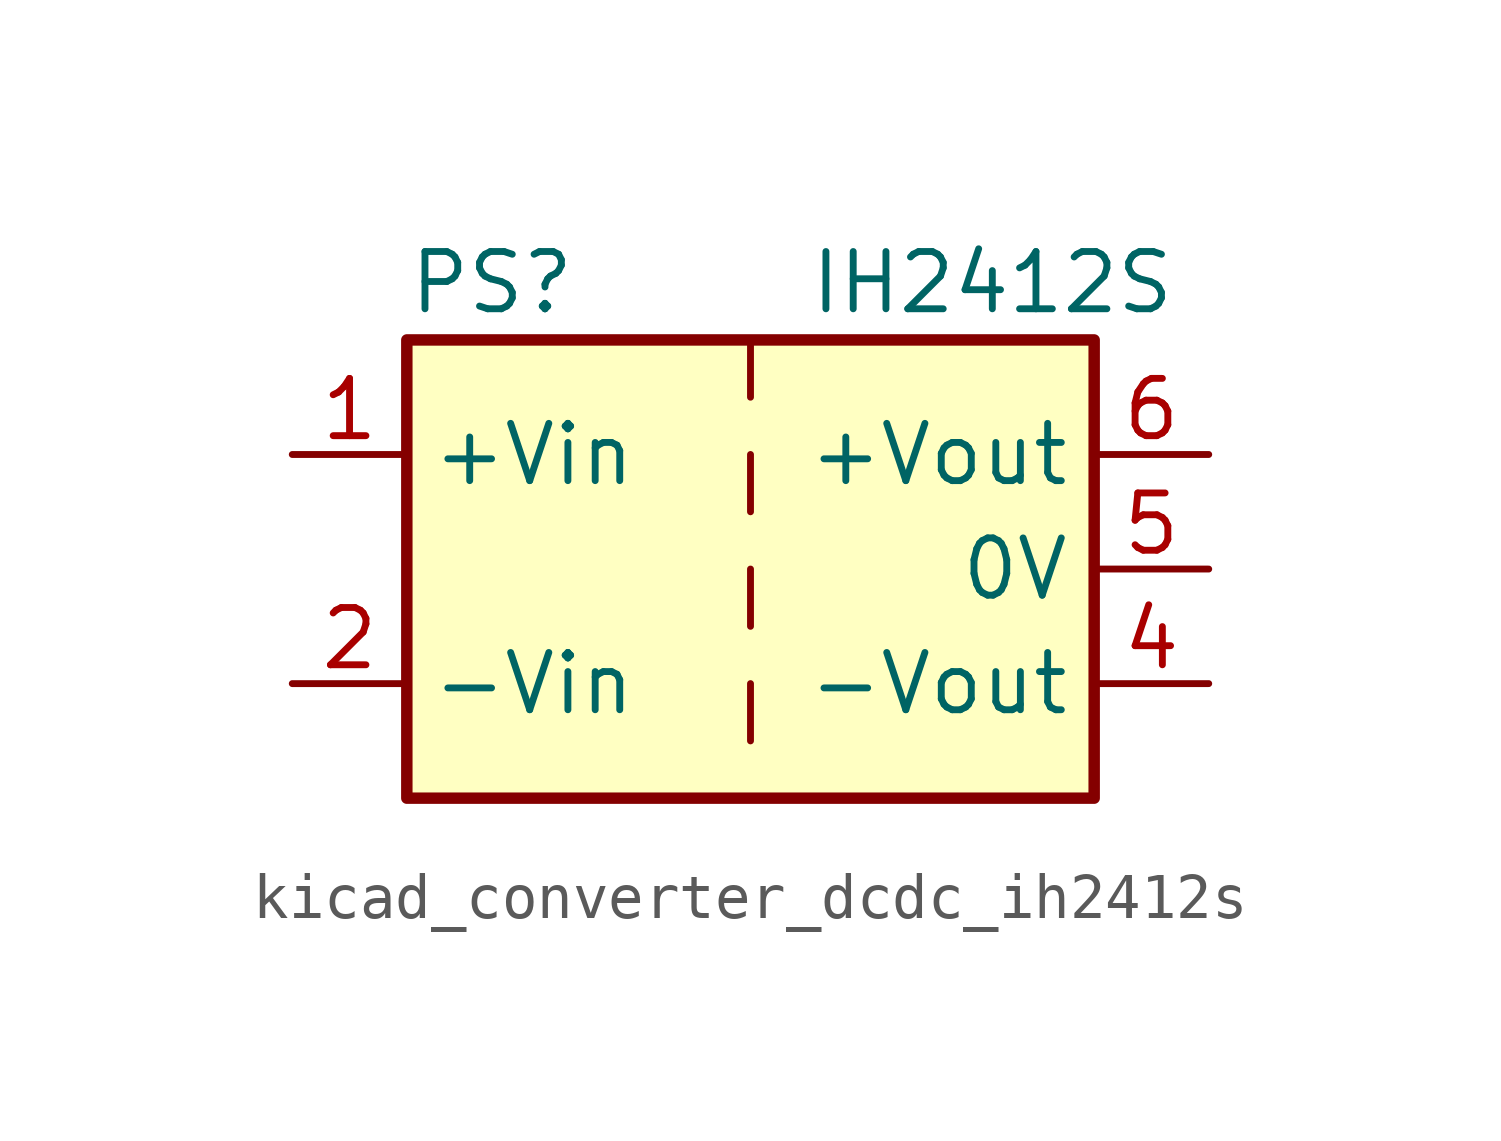
<source format=kicad_sym>
(kicad_symbol_lib
  (version 20220914)
  (generator kicad_symbol_editor)
  (symbol "kicad_converter_dcdc_ih2412s"
    (property "Reference" "PS"
      (at -7.62 6.35 0)
      (effects (font (size 1.27 1.27)) (justify left)))
    (property "Value" "IH2412S"
      (at 1.27 6.35 0)
      (effects (font (size 1.27 1.27)) (justify left)))
    (symbol "kicad_converter_dcdc_ih2412s_0_0"
      (pin power_in line (at -10.16 2.54 0) (length 2.54) (name "+Vin" (effects (font (size 1.27 1.27)))) (number "1" (effects (font (size 1.27 1.27)))))
      (pin power_in line (at -10.16 -2.54 0) (length 2.54) (name "-Vin" (effects (font (size 1.27 1.27)))) (number "2" (effects (font (size 1.27 1.27)))))
      (pin power_out line (at 10.16 -2.54 180) (length 2.54) (name "-Vout" (effects (font (size 1.27 1.27)))) (number "4" (effects (font (size 1.27 1.27)))))
      (pin power_out line (at 10.16 0 180) (length 2.54) (name "0V" (effects (font (size 1.27 1.27)))) (number "5" (effects (font (size 1.27 1.27)))))
      (pin power_out line (at 10.16 2.54 180) (length 2.54) (name "+Vout" (effects (font (size 1.27 1.27)))) (number "6" (effects (font (size 1.27 1.27))))))
    (symbol "kicad_converter_dcdc_ih2412s_0_1"
      (rectangle (start -7.62 5.08) (end 7.62 -5.08) (stroke (width 0.254) (type default)) (fill (type background)))
      (polyline (pts (xy 0 -2.54) (xy 0 -3.81)) (stroke (width 0) (type default)) (fill (type none)))
      (polyline (pts (xy 0 0) (xy 0 -1.27)) (stroke (width 0) (type default)) (fill (type none)))
      (polyline (pts (xy 0 2.54) (xy 0 1.27)) (stroke (width 0) (type default)) (fill (type none)))
      (polyline (pts (xy 0 5.08) (xy 0 3.81)) (stroke (width 0) (type default)) (fill (type none))))))
</source>
